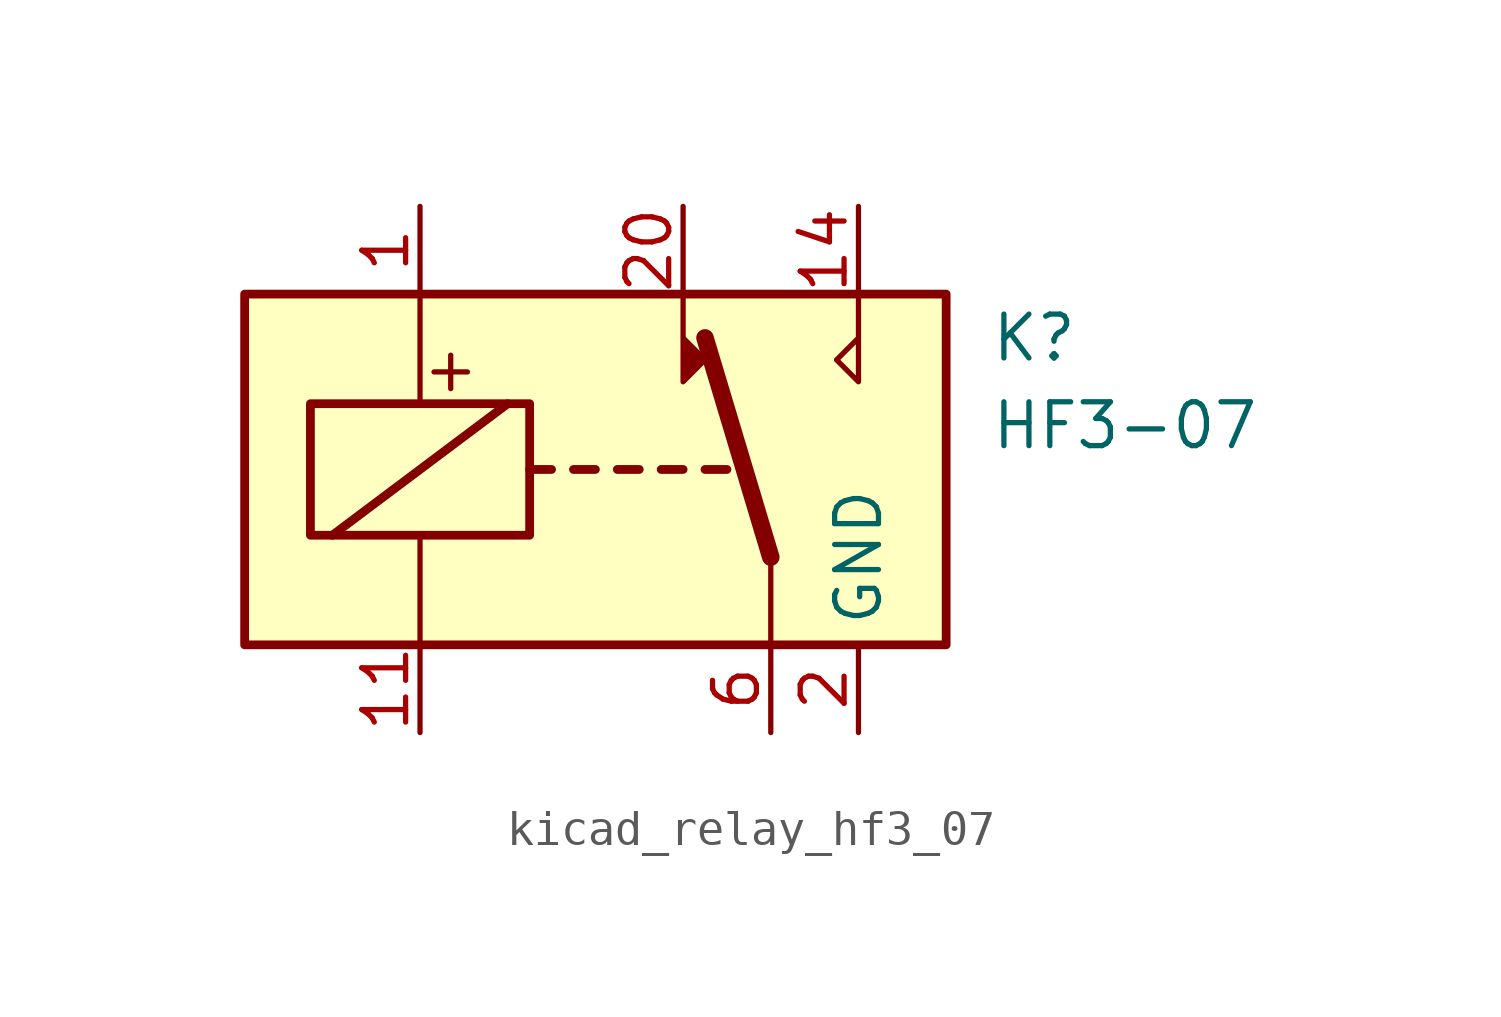
<source format=kicad_sym>
(kicad_symbol_lib
  (version 20220914)
  (generator kicad_symbol_editor)
  (symbol "kicad_relay_hf3_07"
    (property "Reference" "K"
      (at 11.43 3.81 0)
      (effects (font (size 1.27 1.27)) (justify left)))
    (property "Value" "HF3-07"
      (at 11.43 1.27 0)
      (effects (font (size 1.27 1.27)) (justify left)))
    (symbol "kicad_relay_hf3_07_0_0"
      (polyline (pts (xy 7.62 5.08) (xy 7.62 2.54) (xy 6.985 3.175) (xy 7.62 3.81)) (stroke (width 0) (type default)) (fill (type none)))
      (text "+" (at -4.191 2.921 0) (effects (font (size 1.27 1.27)))))
    (symbol "kicad_relay_hf3_07_0_1"
      (rectangle (start -10.16 5.08) (end 10.16 -5.08) (stroke (width 0.254) (type default)) (fill (type background)))
      (rectangle (start -8.255 1.905) (end -1.905 -1.905) (stroke (width 0.254) (type default)) (fill (type none)))
      (polyline (pts (xy -7.62 -1.905) (xy -2.54 1.905)) (stroke (width 0.254) (type default)) (fill (type none)))
      (polyline (pts (xy -5.08 -5.08) (xy -5.08 -1.905)) (stroke (width 0) (type default)) (fill (type none)))
      (polyline (pts (xy -5.08 5.08) (xy -5.08 1.905)) (stroke (width 0) (type default)) (fill (type none)))
      (polyline (pts (xy -1.905 0) (xy -1.27 0)) (stroke (width 0.254) (type default)) (fill (type none)))
      (polyline (pts (xy -0.635 0) (xy 0 0)) (stroke (width 0.254) (type default)) (fill (type none)))
      (polyline (pts (xy 0.635 0) (xy 1.27 0)) (stroke (width 0.254) (type default)) (fill (type none)))
      (polyline (pts (xy 1.905 0) (xy 2.54 0)) (stroke (width 0.254) (type default)) (fill (type none)))
      (polyline (pts (xy 3.175 0) (xy 3.81 0)) (stroke (width 0.254) (type default)) (fill (type none)))
      (polyline (pts (xy 5.08 -2.54) (xy 3.175 3.81)) (stroke (width 0.508) (type default)) (fill (type none)))
      (polyline (pts (xy 5.08 -2.54) (xy 5.08 -5.08)) (stroke (width 0) (type default)) (fill (type none)))
      (polyline (pts (xy 2.54 5.08) (xy 2.54 2.54) (xy 3.175 3.175) (xy 2.54 3.81)) (stroke (width 0) (type default)) (fill (type outline))))
    (symbol "kicad_relay_hf3_07_1_1"
      (pin passive line (at -5.08 7.62 270) (length 2.54) (name "~" (effects (font (size 1.27 1.27)))) (number "1" (effects (font (size 1.27 1.27)))))
      (pin passive line (at 7.62 -7.62 90) (length 2.54) hide (name "GND" (effects (font (size 1.27 1.27)))) (number "10" (effects (font (size 1.27 1.27)))))
      (pin passive line (at -5.08 -7.62 90) (length 2.54) (name "~" (effects (font (size 1.27 1.27)))) (number "11" (effects (font (size 1.27 1.27)))))
      (pin passive line (at 7.62 -7.62 90) (length 2.54) hide (name "GND" (effects (font (size 1.27 1.27)))) (number "12" (effects (font (size 1.27 1.27)))))
      (pin passive line (at 7.62 -7.62 90) (length 2.54) hide (name "GND" (effects (font (size 1.27 1.27)))) (number "13" (effects (font (size 1.27 1.27)))))
      (pin passive line (at 7.62 7.62 270) (length 2.54) (name "~" (effects (font (size 1.27 1.27)))) (number "14" (effects (font (size 1.27 1.27)))))
      (pin passive line (at 7.62 -7.62 90) (length 2.54) hide (name "GND" (effects (font (size 1.27 1.27)))) (number "15" (effects (font (size 1.27 1.27)))))
      (pin passive line (at 7.62 -7.62 90) (length 2.54) hide (name "GND" (effects (font (size 1.27 1.27)))) (number "17" (effects (font (size 1.27 1.27)))))
      (pin passive line (at 7.62 -7.62 90) (length 2.54) hide (name "GND" (effects (font (size 1.27 1.27)))) (number "19" (effects (font (size 1.27 1.27)))))
      (pin power_in line (at 7.62 -7.62 90) (length 2.54) (name "GND" (effects (font (size 1.27 1.27)))) (number "2" (effects (font (size 1.27 1.27)))))
      (pin passive line (at 2.54 7.62 270) (length 2.54) (name "~" (effects (font (size 1.27 1.27)))) (number "20" (effects (font (size 1.27 1.27)))))
      (pin passive line (at 7.62 -7.62 90) (length 2.54) hide (name "GND" (effects (font (size 1.27 1.27)))) (number "21" (effects (font (size 1.27 1.27)))))
      (pin passive line (at 7.62 -7.62 90) (length 2.54) hide (name "GND" (effects (font (size 1.27 1.27)))) (number "22" (effects (font (size 1.27 1.27)))))
      (pin passive line (at 7.62 -7.62 90) (length 2.54) hide (name "GND" (effects (font (size 1.27 1.27)))) (number "5" (effects (font (size 1.27 1.27)))))
      (pin passive line (at 5.08 -7.62 90) (length 2.54) (name "~" (effects (font (size 1.27 1.27)))) (number "6" (effects (font (size 1.27 1.27)))))
      (pin passive line (at 7.62 -7.62 90) (length 2.54) hide (name "GND" (effects (font (size 1.27 1.27)))) (number "7" (effects (font (size 1.27 1.27))))))))
</source>
